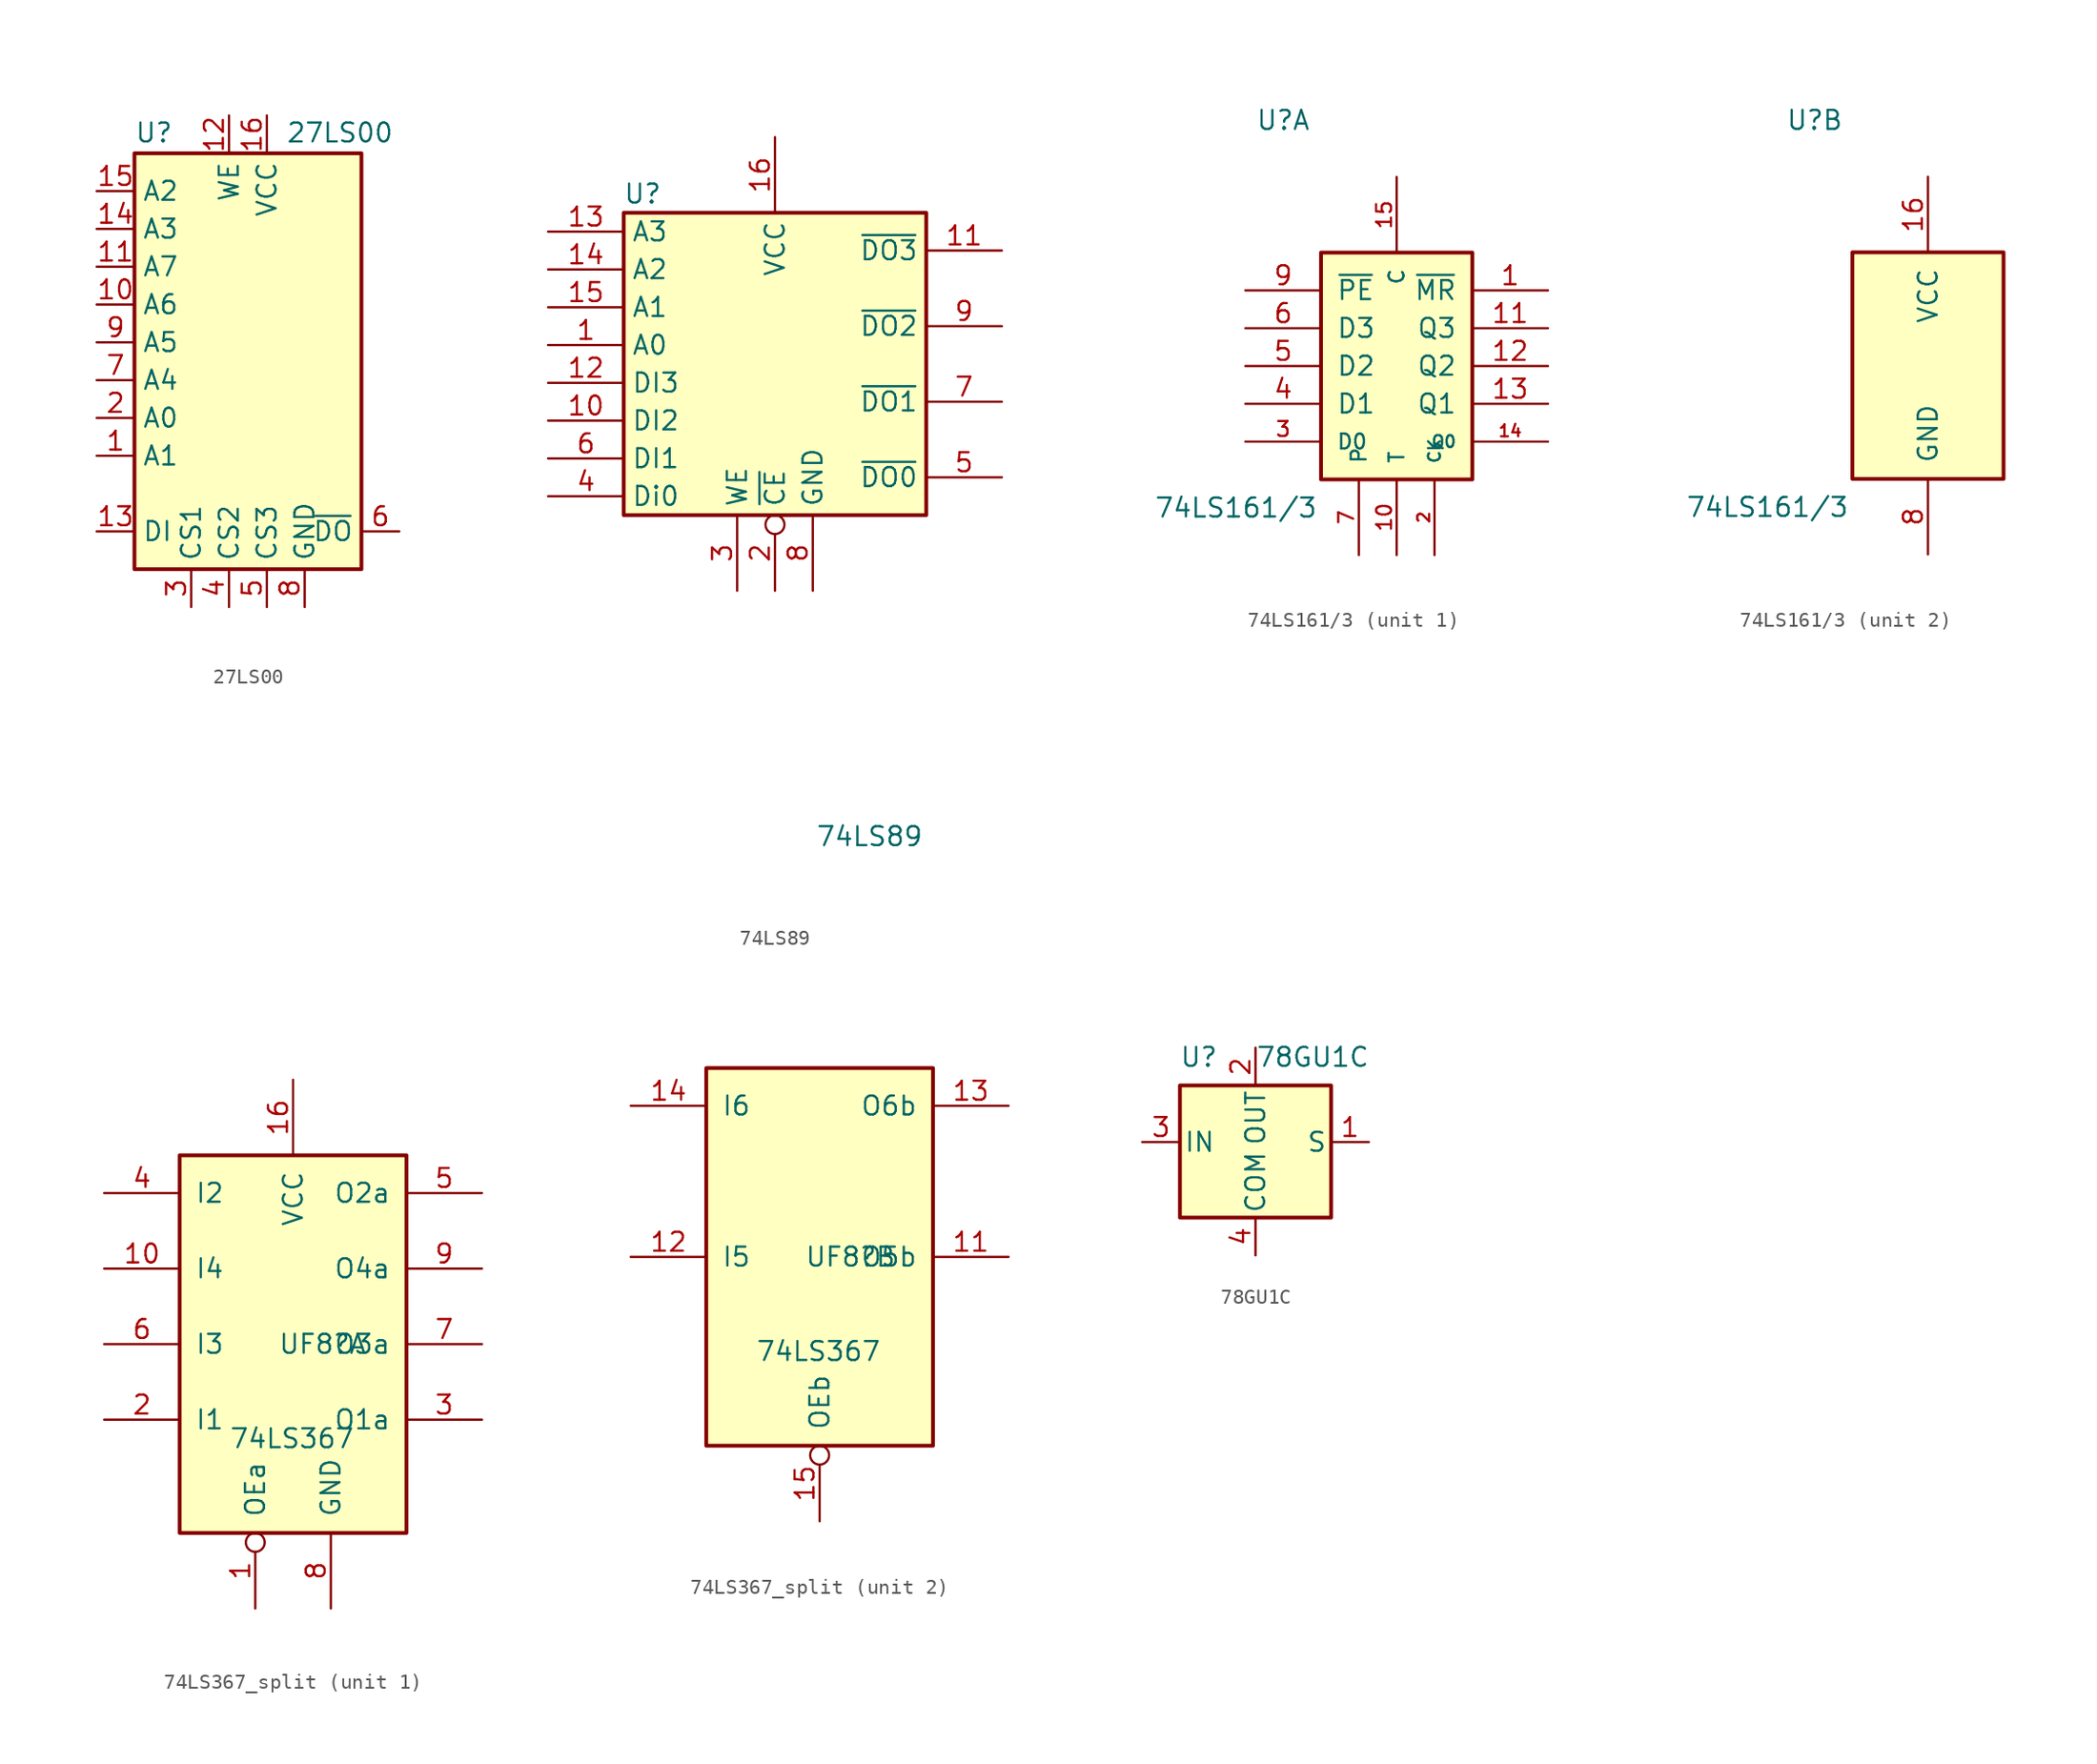
<source format=kicad_sym>
(kicad_symbol_lib
  (version 20231120)
  (generator "kicad_symbol_editor")
  (generator_version "8.0")
  (symbol "27LS00"
    (property "Reference" "U"
      (at -7.62 14.605 0)
      (effects (font (size 1.27 1.27)) (justify left bottom)))
    (property "Value" "27LS00"
      (at 2.54 14.605 0)
      (effects (font (size 1.27 1.27)) (justify left bottom)))
    (symbol "27LS00_0_1"
      (rectangle (start -7.62 13.97) (end 7.62 -13.97) (stroke (width 0.254) (type default)) (fill (type background))))
    (symbol "27LS00_1_0"
      (pin power_in line (at 1.27 16.51 270) (length 2.54) (name "VCC" (effects (font (size 1.27 1.27)))) (number "16" (effects (font (size 1.27 1.27)))))
      (pin power_in line (at 3.81 -16.51 90) (length 2.54) (name "GND" (effects (font (size 1.27 1.27)))) (number "8" (effects (font (size 1.27 1.27))))))
    (symbol "27LS00_1_1"
      (pin input line (at -10.16 -6.35 0) (length 2.54) (name "A1" (effects (font (size 1.27 1.27)))) (number "1" (effects (font (size 1.27 1.27)))))
      (pin input line (at -10.16 3.81 0) (length 2.54) (name "A6" (effects (font (size 1.27 1.27)))) (number "10" (effects (font (size 1.27 1.27)))))
      (pin input line (at -10.16 6.35 0) (length 2.54) (name "A7" (effects (font (size 1.27 1.27)))) (number "11" (effects (font (size 1.27 1.27)))))
      (pin input line (at -1.27 16.51 270) (length 2.54) (name "WE" (effects (font (size 1.27 1.27)))) (number "12" (effects (font (size 1.27 1.27)))))
      (pin tri_state line (at -10.16 -11.43 0) (length 2.54) (name "DI" (effects (font (size 1.27 1.27)))) (number "13" (effects (font (size 1.27 1.27)))))
      (pin input line (at -10.16 8.89 0) (length 2.54) (name "A3" (effects (font (size 1.27 1.27)))) (number "14" (effects (font (size 1.27 1.27)))))
      (pin input line (at -10.16 11.43 0) (length 2.54) (name "A2" (effects (font (size 1.27 1.27)))) (number "15" (effects (font (size 1.27 1.27)))))
      (pin input line (at -10.16 -3.81 0) (length 2.54) (name "A0" (effects (font (size 1.27 1.27)))) (number "2" (effects (font (size 1.27 1.27)))))
      (pin input line (at -3.81 -16.51 90) (length 2.54) (name "CS1" (effects (font (size 1.27 1.27)))) (number "3" (effects (font (size 1.27 1.27)))))
      (pin tri_state line (at -1.27 -16.51 90) (length 2.54) (name "CS2" (effects (font (size 1.27 1.27)))) (number "4" (effects (font (size 1.27 1.27)))))
      (pin tri_state line (at 1.27 -16.51 90) (length 2.54) (name "CS3" (effects (font (size 1.27 1.27)))) (number "5" (effects (font (size 1.27 1.27)))))
      (pin tri_state line (at 10.16 -11.43 180) (length 2.54) (name "~{DO}" (effects (font (size 1.27 1.27)))) (number "6" (effects (font (size 1.27 1.27)))))
      (pin input line (at -10.16 -1.27 0) (length 2.54) (name "A4" (effects (font (size 1.27 1.27)))) (number "7" (effects (font (size 1.27 1.27)))))
      (pin input line (at -10.16 1.27 0) (length 2.54) (name "A5" (effects (font (size 1.27 1.27)))) (number "9" (effects (font (size 1.27 1.27)))))))
  (symbol "74LS89"
    (property "Reference" "U"
      (at -8.89 11.43 0)
      (effects (font (size 1.27 1.27))))
    (property "Value" "74LS89"
      (at 6.35 -31.75 0)
      (effects (font (size 1.27 1.27))))
    (symbol "74LS89_0_1"
      (rectangle (start -10.16 10.16) (end 10.16 -10.16) (stroke (width 0.254) (type default)) (fill (type background))))
    (symbol "74LS89_1_1"
      (pin input line (at -15.24 1.27 0) (length 5.08) (name "A0" (effects (font (size 1.27 1.27)))) (number "1" (effects (font (size 1.27 1.27)))))
      (pin bidirectional line (at -15.24 -3.81 0) (length 5.08) (name "DI2" (effects (font (size 1.27 1.27)))) (number "10" (effects (font (size 1.27 1.27)))))
      (pin bidirectional line (at 15.24 7.62 180) (length 5.08) (name "~{DO3}" (effects (font (size 1.27 1.27)))) (number "11" (effects (font (size 1.27 1.27)))))
      (pin bidirectional line (at -15.24 -1.27 0) (length 5.08) (name "DI3" (effects (font (size 1.27 1.27)))) (number "12" (effects (font (size 1.27 1.27)))))
      (pin input line (at -15.24 8.89 0) (length 5.08) (name "A3" (effects (font (size 1.27 1.27)))) (number "13" (effects (font (size 1.27 1.27)))))
      (pin input line (at -15.24 6.35 0) (length 5.08) (name "A2" (effects (font (size 1.27 1.27)))) (number "14" (effects (font (size 1.27 1.27)))))
      (pin input line (at -15.24 3.81 0) (length 5.08) (name "A1" (effects (font (size 1.27 1.27)))) (number "15" (effects (font (size 1.27 1.27)))))
      (pin power_in line (at 0 15.24 270) (length 5.08) (name "VCC" (effects (font (size 1.27 1.27)))) (number "16" (effects (font (size 1.27 1.27)))))
      (pin input inverted (at 0 -15.24 90) (length 5.08) (name "~{CE}" (effects (font (size 1.27 1.27)))) (number "2" (effects (font (size 1.27 1.27)))))
      (pin input line (at -2.54 -15.24 90) (length 5.08) (name "WE" (effects (font (size 1.27 1.27)))) (number "3" (effects (font (size 1.27 1.27)))))
      (pin bidirectional line (at -15.24 -8.89 0) (length 5.08) (name "Di0" (effects (font (size 1.27 1.27)))) (number "4" (effects (font (size 1.27 1.27)))))
      (pin bidirectional line (at 15.24 -7.62 180) (length 5.08) (name "~{DO0}" (effects (font (size 1.27 1.27)))) (number "5" (effects (font (size 1.27 1.27)))))
      (pin bidirectional line (at -15.24 -6.35 0) (length 5.08) (name "DI1" (effects (font (size 1.27 1.27)))) (number "6" (effects (font (size 1.27 1.27)))))
      (pin bidirectional line (at 15.24 -2.54 180) (length 5.08) (name "~{DO1}" (effects (font (size 1.27 1.27)))) (number "7" (effects (font (size 1.27 1.27)))))
      (pin power_in line (at 2.54 -15.24 90) (length 5.08) (name "GND" (effects (font (size 1.27 1.27)))) (number "8" (effects (font (size 1.27 1.27)))))
      (pin bidirectional line (at 15.24 2.54 180) (length 5.08) (name "~{DO2}" (effects (font (size 1.27 1.27)))) (number "9" (effects (font (size 1.27 1.27)))))))
  (symbol "74LS161/3"
    (pin_names
      (offset 1.016))
    (property "Reference" "U"
      (at -7.62 16.51 0)
      (effects (font (size 1.27 1.27))))
    (property "Value" "74LS161/3"
      (at -10.795 -9.525 0)
      (effects (font (size 1.27 1.27))))
    (property "ki_locked" ""
      (at 0 0 0)
      (effects (font (size 1.27 1.27))))
    (symbol "74LS161/3_1_0"
      (pin input line (at 10.16 5.08 180) (length 5.08) (name "~{MR}" (effects (font (size 1.27 1.27)))) (number "1" (effects (font (size 1.27 1.27)))))
      (pin input line (at 0 -12.7 90) (length 5.08) (name "T" (effects (font (size 1 1)))) (number "10" (effects (font (size 1 1)))))
      (pin output line (at 10.16 2.54 180) (length 5.08) (name "Q3" (effects (font (size 1.27 1.27)))) (number "11" (effects (font (size 1.27 1.27)))))
      (pin output line (at 10.16 0 180) (length 5.08) (name "Q2" (effects (font (size 1.27 1.27)))) (number "12" (effects (font (size 1.27 1.27)))))
      (pin output line (at 10.16 -2.54 180) (length 5.08) (name "Q1" (effects (font (size 1.27 1.27)))) (number "13" (effects (font (size 1.27 1.27)))))
      (pin output line (at 10.16 -5.08 180) (length 5.08) (name "Q0" (effects (font (size 0.8 0.8)))) (number "14" (effects (font (size 0.8 0.8)))))
      (pin output line (at 0 12.7 270) (length 5.08) (name "C" (effects (font (size 1 1)))) (number "15" (effects (font (size 1 1)))))
      (pin input line (at 2.54 -12.7 90) (length 5.08) (name "CK" (effects (font (size 0.8 0.8)))) (number "2" (effects (font (size 0.8 0.8)))))
      (pin input line (at -10.16 -5.08 0) (length 5.08) (name "D0" (effects (font (size 1 1)))) (number "3" (effects (font (size 1 1)))))
      (pin input line (at -10.16 -2.54 0) (length 5.08) (name "D1" (effects (font (size 1.27 1.27)))) (number "4" (effects (font (size 1.27 1.27)))))
      (pin input line (at -10.16 0 0) (length 5.08) (name "D2" (effects (font (size 1.27 1.27)))) (number "5" (effects (font (size 1.27 1.27)))))
      (pin input line (at -10.16 2.54 0) (length 5.08) (name "D3" (effects (font (size 1.27 1.27)))) (number "6" (effects (font (size 1.27 1.27)))))
      (pin input line (at -2.54 -12.7 90) (length 5.08) (name "P" (effects (font (size 1 1)))) (number "7" (effects (font (size 1 1)))))
      (pin input line (at -10.16 5.08 0) (length 5.08) (name "~{PE}" (effects (font (size 1.27 1.27)))) (number "9" (effects (font (size 1.27 1.27))))))
    (symbol "74LS161/3_1_1"
      (rectangle (start -5.08 7.62) (end 5.08 -7.62) (stroke (width 0.254) (type default)) (fill (type background))))
    (symbol "74LS161/3_2_0"
      (pin power_in line (at 0 12.7 270) (length 5.08) (name "VCC" (effects (font (size 1.27 1.27)))) (number "16" (effects (font (size 1.27 1.27)))))
      (pin power_in line (at 0 -12.7 90) (length 5.08) (name "GND" (effects (font (size 1.27 1.27)))) (number "8" (effects (font (size 1.27 1.27))))))
    (symbol "74LS161/3_2_1"
      (rectangle (start -5.08 7.62) (end 5.08 -7.62) (stroke (width 0.254) (type default)) (fill (type background)))))
  (symbol "74LS367_split"
    (pin_names
      (offset 1.016))
    (property "Reference" "UF8"
      (at -1.016 0 0)
      (effects (font (size 1.27 1.27)) (justify left)))
    (property "Value" "74LS367"
      (at -4.318 -6.35 0)
      (effects (font (size 1.27 1.27)) (justify left)))
    (property "ki_locked" ""
      (at 0 0 0)
      (effects (font (size 1.27 1.27))))
    (symbol "74LS367_split_1_0"
      (pin input inverted (at -2.54 -17.78 90) (length 5.08) (name "OEa" (effects (font (size 1.27 1.27)))) (number "1" (effects (font (size 1.27 1.27)))))
      (pin input line (at -12.7 5.08 0) (length 5.08) (name "I4" (effects (font (size 1.27 1.27)))) (number "10" (effects (font (size 1.27 1.27)))))
      (pin power_in line (at 0 17.78 270) (length 5.08) (name "VCC" (effects (font (size 1.27 1.27)))) (number "16" (effects (font (size 1.27 1.27)))))
      (pin input line (at -12.7 -5.08 0) (length 5.08) (name "I1" (effects (font (size 1.27 1.27)))) (number "2" (effects (font (size 1.27 1.27)))))
      (pin tri_state line (at 12.7 -5.08 180) (length 5.08) (name "O1a" (effects (font (size 1.27 1.27)))) (number "3" (effects (font (size 1.27 1.27)))))
      (pin input line (at -12.7 10.16 0) (length 5.08) (name "I2" (effects (font (size 1.27 1.27)))) (number "4" (effects (font (size 1.27 1.27)))))
      (pin tri_state line (at 12.7 10.16 180) (length 5.08) (name "O2a" (effects (font (size 1.27 1.27)))) (number "5" (effects (font (size 1.27 1.27)))))
      (pin input line (at -12.7 0 0) (length 5.08) (name "I3" (effects (font (size 1.27 1.27)))) (number "6" (effects (font (size 1.27 1.27)))))
      (pin tri_state line (at 12.7 0 180) (length 5.08) (name "O3a" (effects (font (size 1.27 1.27)))) (number "7" (effects (font (size 1.27 1.27)))))
      (pin power_in line (at 2.54 -17.78 90) (length 5.08) (name "GND" (effects (font (size 1.27 1.27)))) (number "8" (effects (font (size 1.27 1.27)))))
      (pin tri_state line (at 12.7 5.08 180) (length 5.08) (name "O4a" (effects (font (size 1.27 1.27)))) (number "9" (effects (font (size 1.27 1.27))))))
    (symbol "74LS367_split_1_1"
      (rectangle (start -7.62 12.7) (end 7.62 -12.7) (stroke (width 0.254) (type default)) (fill (type background))))
    (symbol "74LS367_split_2_0"
      (pin tri_state line (at 12.7 0 180) (length 5.08) (name "O5b" (effects (font (size 1.27 1.27)))) (number "11" (effects (font (size 1.27 1.27)))))
      (pin input line (at -12.7 0 0) (length 5.08) (name "I5" (effects (font (size 1.27 1.27)))) (number "12" (effects (font (size 1.27 1.27)))))
      (pin tri_state line (at 12.7 10.16 180) (length 5.08) (name "O6b" (effects (font (size 1.27 1.27)))) (number "13" (effects (font (size 1.27 1.27)))))
      (pin input line (at -12.7 10.16 0) (length 5.08) (name "I6" (effects (font (size 1.27 1.27)))) (number "14" (effects (font (size 1.27 1.27)))))
      (pin input inverted (at 0 -17.78 90) (length 5.08) (name "OEb" (effects (font (size 1.27 1.27)))) (number "15" (effects (font (size 1.27 1.27))))))
    (symbol "74LS367_split_2_1"
      (rectangle (start -7.62 12.7) (end 7.62 -12.7) (stroke (width 0.254) (type default)) (fill (type background)))))
  (symbol "78GU1C"
    (pin_names
      (offset 0.254))
    (property "Reference" "U"
      (at -3.81 5.715 0)
      (effects (font (size 1.27 1.27))))
    (property "Value" "78GU1C"
      (at 0 5.715 0)
      (effects (font (size 1.27 1.27)) (justify left)))
    (symbol "78GU1C_0_1"
      (rectangle (start -5.08 3.81) (end 5.08 -5.08) (stroke (width 0.254) (type default)) (fill (type background))))
    (symbol "78GU1C_1_1"
      (pin input line (at 7.62 0 180) (length 2.54) (name "S" (effects (font (size 1.27 1.27)))) (number "1" (effects (font (size 1.27 1.27)))))
      (pin power_out line (at 0 6.35 270) (length 2.54) (name "OUT" (effects (font (size 1.27 1.27)))) (number "2" (effects (font (size 1.27 1.27)))))
      (pin power_in line (at -7.62 0 0) (length 2.54) (name "IN" (effects (font (size 1.27 1.27)))) (number "3" (effects (font (size 1.27 1.27)))))
      (pin power_in line (at 0 -7.62 90) (length 2.54) (name "COM" (effects (font (size 1.27 1.27)))) (number "4" (effects (font (size 1.27 1.27))))))))
</source>
